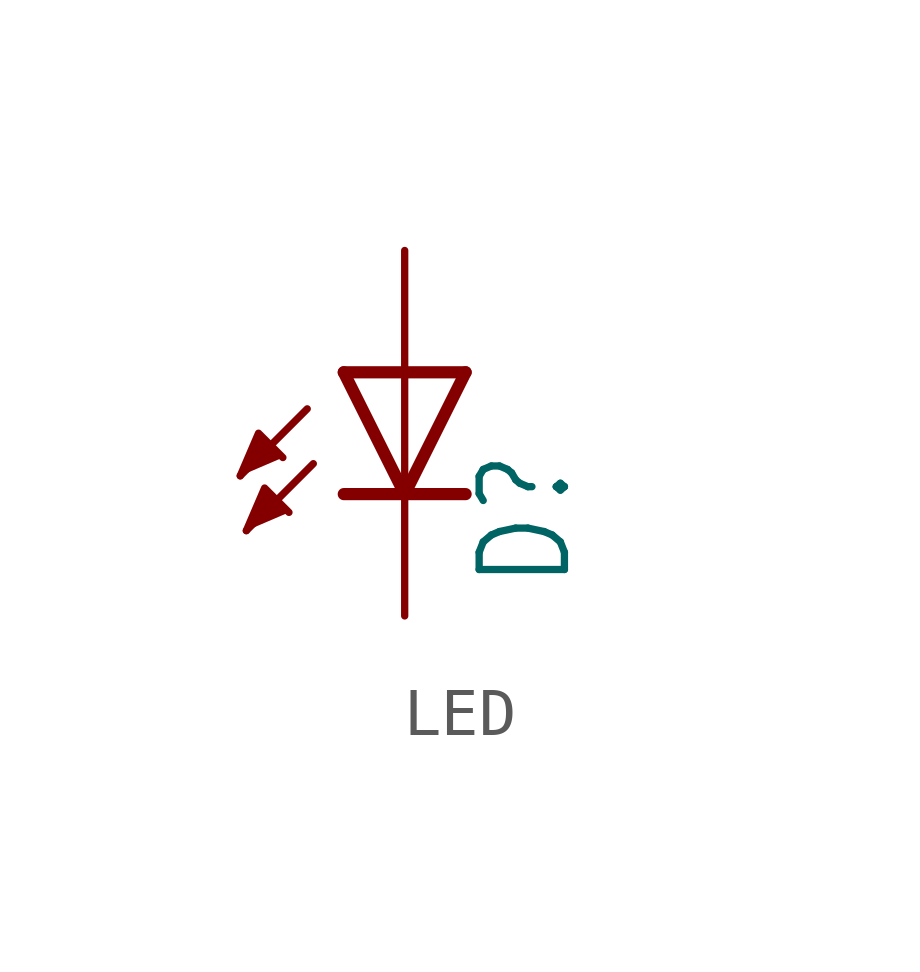
<source format=kicad_sym>
(kicad_symbol_lib
  (version 20220914)
  (generator kicad_symbol_editor)
  (symbol "LED"
    (property "Reference" "D"
      (at 3.556 -4.572 90)
      (effects (font (size 1.778 1.511)) (justify left bottom)))
    (property "Value" ""
      (at 5.715 -4.572 90)
      (effects (font (size 1.778 1.511)) (justify left bottom)))
    (property "ki_locked" ""
      (at 0 0 0)
      (effects (font (size 1.27 1.27))))
    (symbol "LED_1_0"
      (polyline (pts (xy -2.032 -0.762) (xy -3.429 -2.159)) (stroke (width 0.152) (type solid)) (fill (type none)))
      (polyline (pts (xy -1.905 -1.905) (xy -3.302 -3.302)) (stroke (width 0.152) (type solid)) (fill (type none)))
      (polyline (pts (xy 0 -2.54) (xy -1.27 -2.54)) (stroke (width 0.254) (type solid)) (fill (type none)))
      (polyline (pts (xy 0 -2.54) (xy -1.27 0)) (stroke (width 0.254) (type solid)) (fill (type none)))
      (polyline (pts (xy 0 0) (xy -1.27 0)) (stroke (width 0.254) (type solid)) (fill (type none)))
      (polyline (pts (xy 0 0) (xy 0 -2.54)) (stroke (width 0.152) (type solid)) (fill (type none)))
      (polyline (pts (xy 1.27 -2.54) (xy 0 -2.54)) (stroke (width 0.254) (type solid)) (fill (type none)))
      (polyline (pts (xy 1.27 0) (xy 0 -2.54)) (stroke (width 0.254) (type solid)) (fill (type none)))
      (polyline (pts (xy 1.27 0) (xy 0 0)) (stroke (width 0.254) (type solid)) (fill (type none)))
      (polyline (pts (xy -3.429 -2.159) (xy -3.048 -1.27) (xy -2.54 -1.778)) (stroke (width 0.152) (type solid)) (fill (type outline)))
      (polyline (pts (xy -3.302 -3.302) (xy -2.921 -2.413) (xy -2.413 -2.921)) (stroke (width 0.152) (type solid)) (fill (type outline)))
      (pin passive line (at 0 2.54 270) (length 2.54) (name "A" (effects (font (size 0 0)))) (number "A@1" (effects (font (size 0 0)))))
      (pin passive line (at 0 -5.08 90) (length 2.54) (name "C" (effects (font (size 0 0)))) (number "C@1" (effects (font (size 0 0))))))))
</source>
